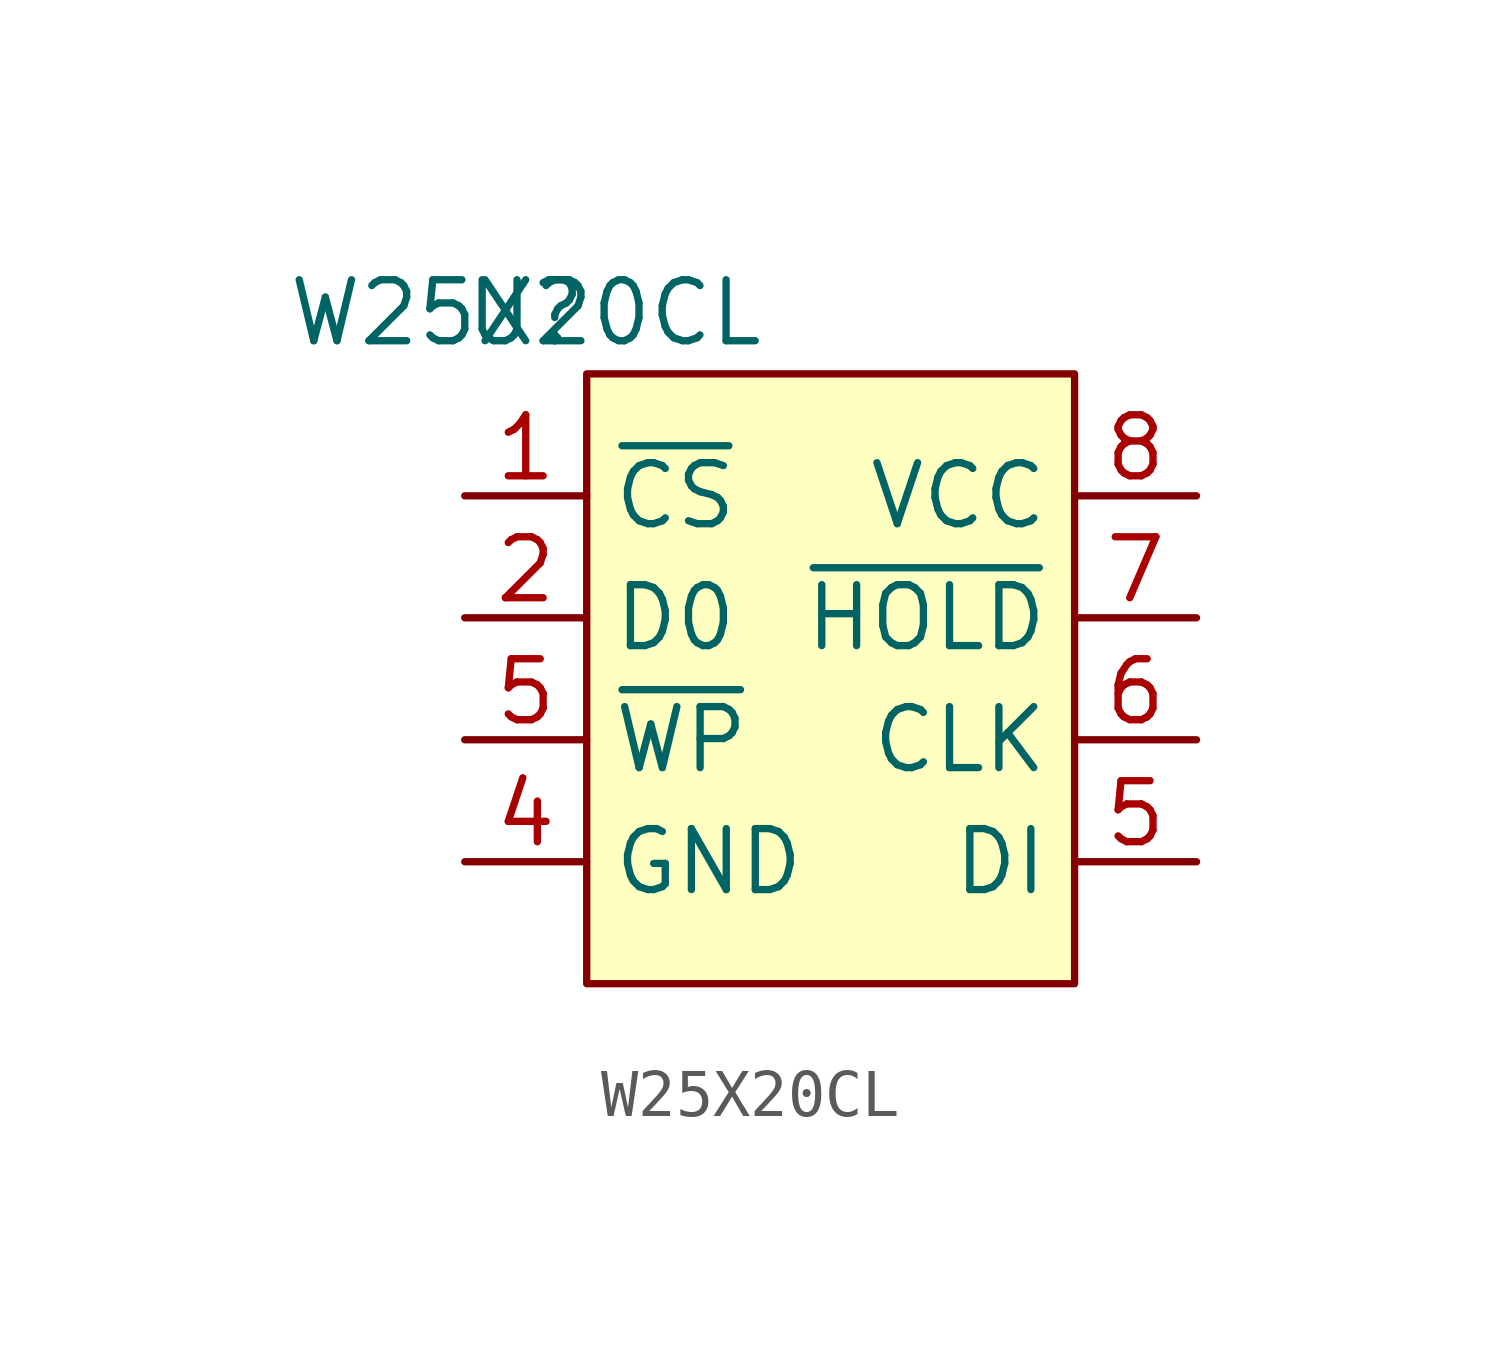
<source format=kicad_sym>
(kicad_symbol_lib
  (version 20211014)
  (generator kicad_symbol_editor)
  (symbol "W25X20CL"
    (property "Reference" "U"
      (at 0 0 0)
      (effects (font (size 1.27 1.27))))
    (property "Value" "W25X20CL"
      (at 0 0 0)
      (effects (font (size 1.27 1.27))))
    (symbol "W25X20CL_0_1"
      (rectangle (start 1.27 -1.27) (end 11.43 -13.97) (stroke (width 0) (type default) (color 0 0 0 0)) (fill (type background))))
    (symbol "W25X20CL_1_1"
      (pin input line (at -1.27 -3.81 0) (length 2.54) (name "~{CS}" (effects (font (size 1.27 1.27)))) (number "1" (effects (font (size 1.27 1.27)))))
      (pin input line (at -1.27 -6.35 0) (length 2.54) (name "D0" (effects (font (size 1.27 1.27)))) (number "2" (effects (font (size 1.27 1.27)))))
      (pin input line (at -1.27 -11.43 0) (length 2.54) (name "GND" (effects (font (size 1.27 1.27)))) (number "4" (effects (font (size 1.27 1.27)))))
      (pin input line (at 13.97 -11.43 180) (length 2.54) (name "DI" (effects (font (size 1.27 1.27)))) (number "5" (effects (font (size 1.27 1.27)))))
      (pin input line (at -1.27 -8.89 0) (length 2.54) (name "~{WP}" (effects (font (size 1.27 1.27)))) (number "5" (effects (font (size 1.27 1.27)))))
      (pin input line (at 13.97 -8.89 180) (length 2.54) (name "CLK" (effects (font (size 1.27 1.27)))) (number "6" (effects (font (size 1.27 1.27)))))
      (pin input line (at 13.97 -6.35 180) (length 2.54) (name "~{HOLD}" (effects (font (size 1.27 1.27)))) (number "7" (effects (font (size 1.27 1.27)))))
      (pin input line (at 13.97 -3.81 180) (length 2.54) (name "VCC" (effects (font (size 1.27 1.27)))) (number "8" (effects (font (size 1.27 1.27))))))))
</source>
